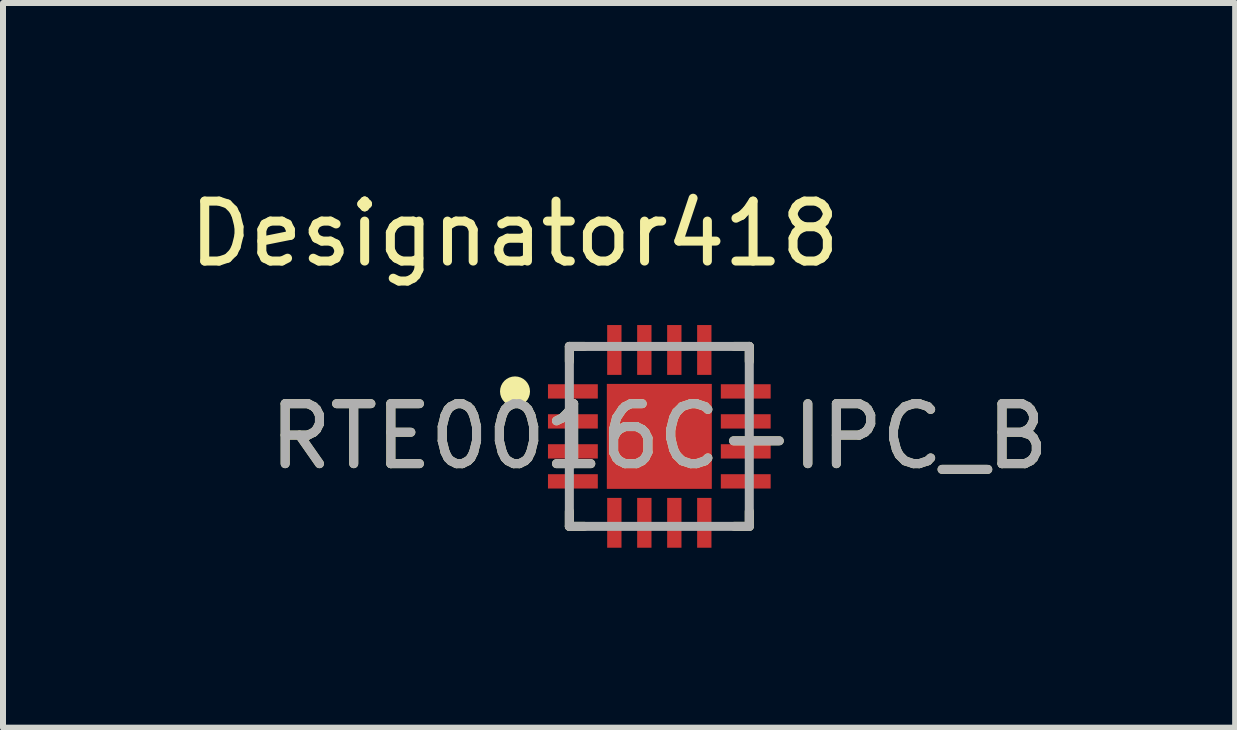
<source format=kicad_pcb>
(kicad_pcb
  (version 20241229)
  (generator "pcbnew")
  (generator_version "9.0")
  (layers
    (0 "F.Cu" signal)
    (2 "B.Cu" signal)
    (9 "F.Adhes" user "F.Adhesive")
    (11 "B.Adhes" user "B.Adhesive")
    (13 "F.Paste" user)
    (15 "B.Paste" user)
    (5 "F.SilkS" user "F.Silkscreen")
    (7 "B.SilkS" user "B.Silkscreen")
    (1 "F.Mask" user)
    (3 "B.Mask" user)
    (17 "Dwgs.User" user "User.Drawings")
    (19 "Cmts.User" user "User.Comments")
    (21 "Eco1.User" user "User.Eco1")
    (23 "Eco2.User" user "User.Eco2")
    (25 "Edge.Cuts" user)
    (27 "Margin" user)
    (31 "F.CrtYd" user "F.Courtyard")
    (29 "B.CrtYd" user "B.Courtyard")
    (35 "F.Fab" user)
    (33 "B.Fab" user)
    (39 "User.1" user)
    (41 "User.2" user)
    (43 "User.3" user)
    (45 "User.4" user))
  (footprint "RTE0016C-IPC_B"
    (layer "F.Cu")
    (at 7.943 4.226)
    (property "Reference" "RTE0016C-IPC_B" (at 0 0 0) (unlocked yes) (layer "F.SilkS") (effects (font (size 1 1) (thickness 0.15))))
    (attr smd)
    (fp_line (start -1.5 -1.5) (end -1.25 -1.5) (stroke (width 0.15) (type solid)) (layer "F.SilkS"))
    (fp_line (start -1.5 -1.25) (end -1.5 -1.5) (stroke (width 0.15) (type solid)) (layer "F.SilkS"))
    (fp_line (start -1.5 1.5) (end -1.5 1.25) (stroke (width 0.15) (type solid)) (layer "F.SilkS"))
    (fp_line (start -1.5 1.5) (end -1.25 1.5) (stroke (width 0.15) (type solid)) (layer "F.SilkS"))
    (fp_line (start 1.25 -1.5) (end 1.5 -1.5) (stroke (width 0.15) (type solid)) (layer "F.SilkS"))
    (fp_line (start 1.25 1.5) (end 1.5 1.5) (stroke (width 0.15) (type solid)) (layer "F.SilkS"))
    (fp_line (start 1.5 -1.25) (end 1.5 -1.5) (stroke (width 0.15) (type solid)) (layer "F.SilkS"))
    (fp_line (start 1.5 1.5) (end 1.5 1.25) (stroke (width 0.15) (type solid)) (layer "F.SilkS"))
    (fp_circle (center -2.406 -0.75) (end -2.281 -0.75) (stroke (width 0.25) (type solid)) (fill no) (layer "F.SilkS"))
    (fp_poly (pts (xy -0.553 0.553) (xy 0.553 0.553) (xy 0.553 -0.553) (xy -0.553 -0.553)) (stroke (width 0) (type solid)) (fill yes) (layer "F.Paste"))
    (fp_line (start -1.5 -1.5) (end 1.5 -1.5) (stroke (width 0.15) (type solid)) (layer "F.Fab"))
    (fp_line (start -1.5 1.5) (end -1.5 -1.5) (stroke (width 0.15) (type solid)) (layer "F.Fab"))
    (fp_line (start -1.5 1.5) (end 1.5 1.5) (stroke (width 0.15) (type solid)) (layer "F.Fab"))
    (fp_line (start 1.5 1.5) (end 1.5 -1.5) (stroke (width 0.15) (type solid)) (layer "F.Fab"))
    (fp_text user "Designator418" (at -2.413 -3.378 0) (unlocked yes) (layer "F.SilkS") (effects (font (size 1 1) (thickness 0.15))))
    (fp_text user "${REFERENCE}" (at 0 0 0) (unlocked yes) (layer "F.Fab") (effects (font (size 1 1) (thickness 0.15))))
    (pad "1" smd rect (at -1.441 -0.75 90) (size 0.239 0.831) (layers "F.Cu" "F.Mask" "F.Paste"))
    (pad "2" smd rect (at -1.441 -0.25 90) (size 0.239 0.831) (layers "F.Cu" "F.Mask" "F.Paste"))
    (pad "3" smd rect (at -1.441 0.25 90) (size 0.239 0.831) (layers "F.Cu" "F.Mask" "F.Paste"))
    (pad "4" smd rect (at -1.441 0.75 90) (size 0.239 0.831) (layers "F.Cu" "F.Mask" "F.Paste"))
    (pad "5" smd rect (at -0.75 1.441) (size 0.239 0.831) (layers "F.Cu" "F.Mask" "F.Paste"))
    (pad "6" smd rect (at -0.25 1.441) (size 0.239 0.831) (layers "F.Cu" "F.Mask" "F.Paste"))
    (pad "7" smd rect (at 0.25 1.441) (size 0.239 0.831) (layers "F.Cu" "F.Mask" "F.Paste"))
    (pad "8" smd rect (at 0.75 1.441) (size 0.239 0.831) (layers "F.Cu" "F.Mask" "F.Paste"))
    (pad "9" smd rect (at 1.441 0.75 90) (size 0.239 0.831) (layers "F.Cu" "F.Mask" "F.Paste"))
    (pad "10" smd rect (at 1.441 0.25 90) (size 0.239 0.831) (layers "F.Cu" "F.Mask" "F.Paste"))
    (pad "11" smd rect (at 1.441 -0.25 90) (size 0.239 0.831) (layers "F.Cu" "F.Mask" "F.Paste"))
    (pad "12" smd rect (at 1.441 -0.75 90) (size 0.239 0.831) (layers "F.Cu" "F.Mask" "F.Paste"))
    (pad "13" smd rect (at 0.75 -1.441) (size 0.239 0.831) (layers "F.Cu" "F.Mask" "F.Paste"))
    (pad "14" smd rect (at 0.25 -1.441) (size 0.239 0.831) (layers "F.Cu" "F.Mask" "F.Paste"))
    (pad "15" smd rect (at -0.25 -1.441) (size 0.239 0.831) (layers "F.Cu" "F.Mask" "F.Paste"))
    (pad "16" smd rect (at -0.75 -1.441) (size 0.239 0.831) (layers "F.Cu" "F.Mask" "F.Paste"))
    (pad "17" smd rect (at 0 0) (size 1.75 1.75) (layers "F.Cu" "F.Mask")))
  (gr_rect
    (start -3 -3)
    (end 17.544 9.083)
    (stroke (width 0.1) (type default))
    (fill no)
    (layer "Edge.Cuts")))
</source>
